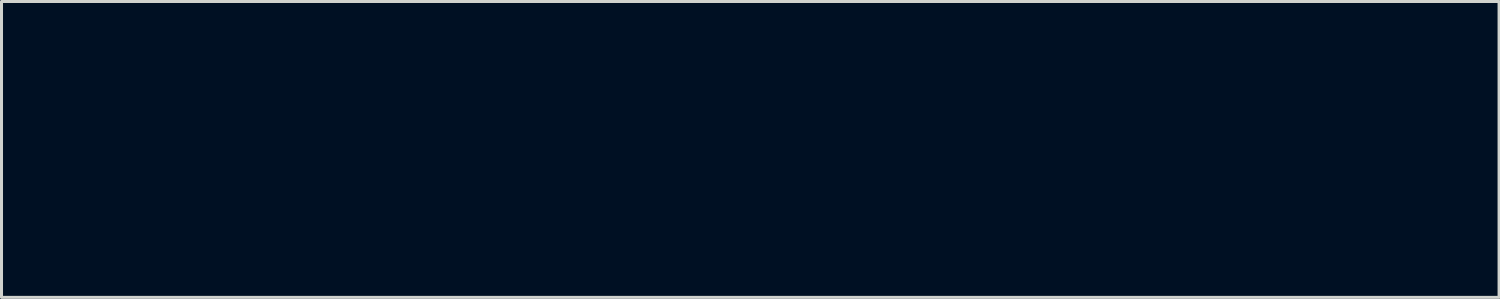
<source format=kicad_pcb>
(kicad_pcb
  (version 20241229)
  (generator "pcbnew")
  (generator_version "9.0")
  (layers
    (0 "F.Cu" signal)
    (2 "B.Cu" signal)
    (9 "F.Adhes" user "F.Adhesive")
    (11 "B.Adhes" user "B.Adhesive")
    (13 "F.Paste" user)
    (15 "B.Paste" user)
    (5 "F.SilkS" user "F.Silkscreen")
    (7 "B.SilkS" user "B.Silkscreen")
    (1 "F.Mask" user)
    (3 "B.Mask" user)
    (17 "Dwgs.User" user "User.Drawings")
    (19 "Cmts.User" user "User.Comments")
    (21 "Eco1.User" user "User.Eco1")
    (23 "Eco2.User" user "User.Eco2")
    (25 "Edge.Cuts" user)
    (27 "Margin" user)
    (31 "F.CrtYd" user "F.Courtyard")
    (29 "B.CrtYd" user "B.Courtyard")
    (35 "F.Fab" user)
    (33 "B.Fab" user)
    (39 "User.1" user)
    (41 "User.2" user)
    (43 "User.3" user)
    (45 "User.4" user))
  (footprint "cc_by_nc_sa_small_front_mask_20mm"
    (layer "F.Cu")
    (at 21.851 1.885)
    (property "Reference" "cc_by_nc_sa_small_front_mask_20mm" (at 0 0 0) (layer "F.Mask") (effects (font (size 1.524 1.524) (thickness 0.3))))
    (attr through_hole)
    (fp_poly (pts (xy 6.429 -0.211) (xy 6.48 -0.1) (xy 6.509 -0.025) (xy 6.591 0.203) (xy 6.204 0.203) (xy 6.282 -0.025) (xy 6.334 -0.159) (xy 6.378 -0.242) (xy 6.393 -0.254) (xy 6.429 -0.211)) (stroke (width 0.01) (type solid)) (fill yes) (layer "F.Mask"))
    (fp_poly (pts (xy 10.16 1.93) (xy -10.16 1.93) (xy -10.16 -1.626) (xy -9.906 -1.626) (xy -9.906 1.676) (xy 9.906 1.676) (xy 9.906 -1.626) (xy -9.906 -1.626) (xy -10.16 -1.626) (xy -10.16 -1.88) (xy 10.16 -1.88) (xy 10.16 1.93)) (stroke (width 0.01) (type solid)) (fill yes) (layer "F.Mask"))
    (fp_poly (pts (xy -2.782 0.162) (xy -2.635 0.185) (xy -2.564 0.232) (xy -2.548 0.276) (xy -2.572 0.386) (xy -2.674 0.469) (xy -2.829 0.507) (xy -2.855 0.508) (xy -2.95 0.497) (xy -2.99 0.445) (xy -2.997 0.327) (xy -2.997 0.147) (xy -2.782 0.162)) (stroke (width 0.01) (type solid)) (fill yes) (layer "F.Mask"))
    (fp_poly (pts (xy -2.823 -0.398) (xy -2.807 -0.397) (xy -2.677 -0.374) (xy -2.623 -0.326) (xy -2.616 -0.279) (xy -2.638 -0.208) (xy -2.721 -0.173) (xy -2.807 -0.162) (xy -2.931 -0.158) (xy -2.985 -0.188) (xy -2.997 -0.268) (xy -2.997 -0.279) (xy -2.988 -0.366) (xy -2.939 -0.399) (xy -2.823 -0.398)) (stroke (width 0.01) (type solid)) (fill yes) (layer "F.Mask"))
    (fp_poly (pts (xy -5.803 -1.368) (xy -5.686 -1.351) (xy -5.601 -1.304) (xy -5.512 -1.214) (xy -5.465 -1.16) (xy -5.263 -0.888) (xy -5.133 -0.616) (xy -5.062 -0.308) (xy -5.039 -0.052) (xy -5.052 0.346) (xy -5.133 0.687) (xy -5.293 0.994) (xy -5.468 1.217) (xy -5.699 1.473) (xy -6.37 1.473) (xy -6.144 1.329) (xy -5.901 1.143) (xy -5.681 0.916) (xy -5.513 0.68) (xy -5.458 0.573) (xy -5.391 0.317) (xy -5.375 0.015) (xy -5.408 -0.289) (xy -5.482 -0.538) (xy -5.622 -0.778) (xy -5.822 -1.014) (xy -6.047 -1.21) (xy -6.172 -1.288) (xy -6.325 -1.368) (xy -5.986 -1.37) (xy -5.803 -1.368)) (stroke (width 0.01) (type solid)) (fill yes) (layer "F.Mask"))
    (fp_poly (pts (xy -7.827 -1.228) (xy -8.14 -0.977) (xy -8.365 -0.677) (xy -8.499 -0.334) (xy -8.541 0.023) (xy -8.492 0.4) (xy -8.352 0.744) (xy -8.127 1.045) (xy -7.825 1.29) (xy -7.696 1.364) (xy -7.493 1.469) (xy -7.845 1.471) (xy -8.032 1.47) (xy -8.153 1.453) (xy -8.245 1.408) (xy -8.342 1.32) (xy -8.408 1.252) (xy -8.61 1.015) (xy -8.746 0.782) (xy -8.825 0.526) (xy -8.86 0.216) (xy -8.864 0.025) (xy -8.861 -0.22) (xy -8.848 -0.394) (xy -8.821 -0.526) (xy -8.773 -0.648) (xy -8.729 -0.737) (xy -8.614 -0.924) (xy -8.478 -1.11) (xy -8.418 -1.181) (xy -8.314 -1.286) (xy -8.224 -1.343) (xy -8.112 -1.367) (xy -7.938 -1.372) (xy -7.921 -1.372) (xy -7.6 -1.372) (xy -7.827 -1.228)) (stroke (width 0.01) (type solid)) (fill yes) (layer "F.Mask"))
    (fp_poly (pts (xy -7.33 -0.489) (xy -7.168 -0.439) (xy -7.052 -0.371) (xy -7.01 -0.301) (xy -7.05 -0.246) (xy -7.116 -0.201) (xy -7.22 -0.173) (xy -7.311 -0.225) (xy -7.442 -0.292) (xy -7.567 -0.272) (xy -7.666 -0.177) (xy -7.718 -0.021) (xy -7.722 0.038) (xy -7.684 0.204) (xy -7.587 0.315) (xy -7.456 0.356) (xy -7.314 0.317) (xy -7.265 0.28) (xy -7.184 0.231) (xy -7.103 0.262) (xy -7.088 0.272) (xy -7.027 0.354) (xy -7.067 0.437) (xy -7.208 0.523) (xy -7.244 0.539) (xy -7.426 0.597) (xy -7.583 0.594) (xy -7.762 0.533) (xy -7.924 0.413) (xy -8.023 0.236) (xy -8.055 0.031) (xy -8.016 -0.178) (xy -7.903 -0.363) (xy -7.887 -0.379) (xy -7.777 -0.464) (xy -7.644 -0.502) (xy -7.51 -0.508) (xy -7.33 -0.489)) (stroke (width 0.01) (type solid)) (fill yes) (layer "F.Mask"))
    (fp_poly (pts (xy -6.181 -0.488) (xy -6.023 -0.436) (xy -5.919 -0.363) (xy -5.893 -0.304) (xy -5.932 -0.247) (xy -5.999 -0.201) (xy -6.103 -0.173) (xy -6.193 -0.225) (xy -6.326 -0.298) (xy -6.448 -0.271) (xy -6.525 -0.192) (xy -6.592 -0.031) (xy -6.593 0.138) (xy -6.528 0.272) (xy -6.524 0.276) (xy -6.399 0.344) (xy -6.258 0.345) (xy -6.148 0.28) (xy -6.069 0.233) (xy -5.989 0.257) (xy -5.907 0.323) (xy -5.915 0.395) (xy -6.017 0.483) (xy -6.058 0.509) (xy -6.265 0.594) (xy -6.477 0.59) (xy -6.638 0.536) (xy -6.788 0.441) (xy -6.874 0.303) (xy -6.907 0.1) (xy -6.909 0.025) (xy -6.895 -0.146) (xy -6.839 -0.27) (xy -6.76 -0.36) (xy -6.644 -0.456) (xy -6.52 -0.499) (xy -6.365 -0.508) (xy -6.181 -0.488)) (stroke (width 0.01) (type solid)) (fill yes) (layer "F.Mask"))
    (fp_poly (pts (xy 9.652 1.473) (xy 2.565 1.473) (xy 1.726 1.473) (xy 0.914 1.473) (xy 0.137 1.472) (xy -0.601 1.471) (xy -1.293 1.469) (xy -1.933 1.468) (xy -2.517 1.466) (xy -3.037 1.464) (xy -3.489 1.462) (xy -3.867 1.459) (xy -4.164 1.457) (xy -4.375 1.454) (xy -4.495 1.452) (xy -4.521 1.45) (xy -4.496 1.397) (xy -4.432 1.287) (xy -4.367 1.183) (xy -4.153 0.761) (xy -4.04 0.333) (xy -4.028 -0.104) (xy -4.117 -0.548) (xy -4.165 -0.66) (xy -3.404 -0.66) (xy -3.404 0.762) (xy -2.996 0.762) (xy -2.755 0.752) (xy -2.547 0.725) (xy -2.415 0.69) (xy -2.243 0.578) (xy -2.15 0.43) (xy -2.143 0.266) (xy -2.226 0.108) (xy -2.248 0.085) (xy -2.323 0.003) (xy -2.327 -0.053) (xy -2.273 -0.115) (xy -2.194 -0.252) (xy -2.213 -0.402) (xy -2.309 -0.536) (xy -2.376 -0.594) (xy -2.449 -0.631) (xy -2.461 -0.633) (xy -2.134 -0.633) (xy -2.106 -0.582) (xy -2.033 -0.469) (xy -1.929 -0.314) (xy -1.88 -0.244) (xy -1.754 -0.06) (xy -1.679 0.075) (xy -1.64 0.191) (xy -1.627 0.321) (xy -1.626 0.406) (xy -1.62 0.569) (xy -1.606 0.688) (xy -1.592 0.728) (xy -1.522 0.751) (xy -1.399 0.762) (xy -1.389 0.762) (xy -1.219 0.762) (xy -1.219 0.469) (xy -1.215 0.325) (xy -1.195 0.21) (xy -1.181 0.178) (xy -0.864 0.178) (xy -0.858 0.246) (xy -0.825 0.284) (xy -0.743 0.301) (xy -0.587 0.305) (xy -0.533 0.305) (xy -0.356 0.303) (xy -0.257 0.29) (xy -0.214 0.258) (xy -0.203 0.199) (xy -0.203 0.178) (xy -0.209 0.11) (xy -0.242 0.072) (xy -0.324 0.055) (xy -0.479 0.051) (xy -0.533 0.051) (xy -0.711 0.053) (xy -0.81 0.066) (xy -0.853 0.097) (xy -0.863 0.157) (xy -0.864 0.178) (xy -1.181 0.178) (xy -1.147 0.095) (xy -1.061 -0.048) (xy -0.937 -0.23) (xy -0.654 -0.635) (xy -0.847 -0.651) (xy -0.976 -0.648) (xy -1.081 -0.603) (xy -1.187 -0.5) (xy -1.314 -0.323) (xy -1.325 -0.307) (xy -1.405 -0.185) (xy -1.568 -0.423) (xy -1.67 -0.56) (xy -1.753 -0.631) (xy -1.849 -0.657) (xy -1.933 -0.66) (xy 0.102 -0.66) (xy 0.102 0.762) (xy 0.454 0.762) (xy 0.483 -0.218) (xy 1.023 0.762) (xy 1.473 0.762) (xy 5.589 0.762) (xy 5.793 0.762) (xy 5.933 0.751) (xy 6.008 0.706) (xy 6.045 0.635) (xy 6.081 0.564) (xy 6.14 0.526) (xy 6.249 0.511) (xy 6.401 0.508) (xy 6.574 0.512) (xy 6.673 0.53) (xy 6.726 0.572) (xy 6.756 0.635) (xy 6.813 0.725) (xy 6.912 0.759) (xy 6.984 0.762) (xy 7.102 0.75) (xy 7.161 0.72) (xy 7.163 0.713) (xy 7.145 0.651) (xy 7.096 0.512) (xy 7.023 0.317) (xy 6.932 0.082) (xy 6.9 0.002) (xy 6.637 -0.66) (xy 6.157 -0.66) (xy 5.969 -0.191) (xy 5.875 0.044) (xy 5.784 0.272) (xy 5.709 0.459) (xy 5.685 0.521) (xy 5.589 0.762) (xy 1.473 0.762) (xy 1.473 0.019) (xy 1.77 0.019) (xy 1.812 0.291) (xy 1.933 0.512) (xy 2.125 0.668) (xy 2.135 0.673) (xy 2.304 0.728) (xy 2.516 0.757) (xy 2.729 0.758) (xy 2.902 0.729) (xy 2.95 0.709) (xy 3.03 0.616) (xy 3.048 0.528) (xy 3.036 0.438) (xy 2.98 0.426) (xy 2.934 0.441) (xy 2.81 0.467) (xy 2.645 0.481) (xy 2.598 0.481) (xy 2.393 0.445) (xy 2.259 0.337) (xy 2.201 0.178) (xy 3.353 0.178) (xy 3.359 0.248) (xy 3.395 0.286) (xy 3.482 0.302) (xy 3.647 0.305) (xy 3.658 0.305) (xy 3.827 0.302) (xy 3.918 0.287) (xy 3.955 0.251) (xy 3.962 0.182) (xy 3.962 0.178) (xy 3.956 0.107) (xy 3.921 0.069) (xy 3.833 0.054) (xy 3.668 0.051) (xy 3.658 0.051) (xy 3.489 0.053) (xy 3.397 0.068) (xy 3.36 0.105) (xy 3.353 0.173) (xy 3.353 0.178) (xy 2.201 0.178) (xy 2.193 0.154) (xy 2.184 0.029) (xy 2.217 -0.186) (xy 2.25 -0.231) (xy 4.249 -0.231) (xy 4.298 -0.055) (xy 4.377 0.036) (xy 4.462 0.08) (xy 4.609 0.132) (xy 4.725 0.164) (xy 4.91 0.225) (xy 5.005 0.291) (xy 5.021 0.327) (xy 5.002 0.431) (xy 4.905 0.49) (xy 4.745 0.501) (xy 4.537 0.461) (xy 4.458 0.436) (xy 4.267 0.368) (xy 4.267 0.536) (xy 4.275 0.629) (xy 4.309 0.69) (xy 4.388 0.726) (xy 4.53 0.745) (xy 4.754 0.754) (xy 4.79 0.755) (xy 5.002 0.745) (xy 5.177 0.709) (xy 5.229 0.688) (xy 5.358 0.594) (xy 5.421 0.465) (xy 5.436 0.301) (xy 5.398 0.14) (xy 5.281 0.013) (xy 5.078 -0.084) (xy 4.782 -0.156) (xy 4.75 -0.162) (xy 4.659 -0.223) (xy 4.631 -0.3) (xy 4.626 -0.362) (xy 4.648 -0.396) (xy 4.718 -0.408) (xy 4.857 -0.403) (xy 4.974 -0.395) (xy 5.334 -0.369) (xy 5.334 -0.511) (xy 5.327 -0.593) (xy 5.289 -0.64) (xy 5.196 -0.668) (xy 5.049 -0.689) (xy 4.74 -0.699) (xy 4.504 -0.644) (xy 4.344 -0.524) (xy 4.289 -0.431) (xy 4.249 -0.231) (xy 2.25 -0.231) (xy 2.319 -0.326) (xy 2.493 -0.397) (xy 2.622 -0.406) (xy 2.785 -0.395) (xy 2.919 -0.366) (xy 2.95 -0.354) (xy 3.019 -0.329) (xy 3.045 -0.373) (xy 3.048 -0.451) (xy 3.032 -0.558) (xy 2.967 -0.622) (xy 2.864 -0.662) (xy 2.588 -0.71) (xy 2.327 -0.676) (xy 2.098 -0.572) (xy 1.917 -0.408) (xy 1.803 -0.194) (xy 1.77 0.019) (xy 1.473 0.019) (xy 1.473 -0.66) (xy 1.067 -0.66) (xy 1.066 -0.216) (xy 1.064 0.229) (xy 0.807 -0.216) (xy 0.551 -0.66) (xy 0.326 -0.66) (xy 0.102 -0.66) (xy -1.933 -0.66) (xy -2.059 -0.654) (xy -2.129 -0.639) (xy -2.134 -0.633) (xy -2.461 -0.633) (xy -2.555 -0.651) (xy -2.717 -0.659) (xy -2.919 -0.66) (xy -3.404 -0.66) (xy -4.165 -0.66) (xy -4.308 -1) (xy -4.417 -1.19) (xy -4.529 -1.372) (xy 9.652 -1.372) (xy 9.652 1.473)) (stroke (width 0.01) (type solid)) (fill yes) (layer "F.Mask"))
    (fp_poly (pts (xy 6.429 -0.211) (xy 6.48 -0.1) (xy 6.509 -0.025) (xy 6.591 0.203) (xy 6.204 0.203) (xy 6.282 -0.025) (xy 6.334 -0.159) (xy 6.378 -0.242) (xy 6.393 -0.254) (xy 6.429 -0.211)) (stroke (width 0.01) (type solid)) (fill yes) (layer "F.Paste"))
    (fp_poly (pts (xy 10.16 1.93) (xy -10.16 1.93) (xy -10.16 -1.626) (xy -9.906 -1.626) (xy -9.906 1.676) (xy 9.906 1.676) (xy 9.906 -1.626) (xy -9.906 -1.626) (xy -10.16 -1.626) (xy -10.16 -1.88) (xy 10.16 -1.88) (xy 10.16 1.93)) (stroke (width 0.01) (type solid)) (fill yes) (layer "F.Paste"))
    (fp_poly (pts (xy -2.782 0.162) (xy -2.635 0.185) (xy -2.564 0.232) (xy -2.548 0.276) (xy -2.572 0.386) (xy -2.674 0.469) (xy -2.829 0.507) (xy -2.855 0.508) (xy -2.95 0.497) (xy -2.99 0.445) (xy -2.997 0.327) (xy -2.997 0.147) (xy -2.782 0.162)) (stroke (width 0.01) (type solid)) (fill yes) (layer "F.Paste"))
    (fp_poly (pts (xy -2.823 -0.398) (xy -2.807 -0.397) (xy -2.677 -0.374) (xy -2.623 -0.326) (xy -2.616 -0.279) (xy -2.638 -0.208) (xy -2.721 -0.173) (xy -2.807 -0.162) (xy -2.931 -0.158) (xy -2.985 -0.188) (xy -2.997 -0.268) (xy -2.997 -0.279) (xy -2.988 -0.366) (xy -2.939 -0.399) (xy -2.823 -0.398)) (stroke (width 0.01) (type solid)) (fill yes) (layer "F.Paste"))
    (fp_poly (pts (xy -5.803 -1.368) (xy -5.686 -1.351) (xy -5.601 -1.304) (xy -5.512 -1.214) (xy -5.465 -1.16) (xy -5.263 -0.888) (xy -5.133 -0.616) (xy -5.062 -0.308) (xy -5.039 -0.052) (xy -5.052 0.346) (xy -5.133 0.687) (xy -5.293 0.994) (xy -5.468 1.217) (xy -5.699 1.473) (xy -6.37 1.473) (xy -6.144 1.329) (xy -5.901 1.143) (xy -5.681 0.916) (xy -5.513 0.68) (xy -5.458 0.573) (xy -5.391 0.317) (xy -5.375 0.015) (xy -5.408 -0.289) (xy -5.482 -0.538) (xy -5.622 -0.778) (xy -5.822 -1.014) (xy -6.047 -1.21) (xy -6.172 -1.288) (xy -6.325 -1.368) (xy -5.986 -1.37) (xy -5.803 -1.368)) (stroke (width 0.01) (type solid)) (fill yes) (layer "F.Paste"))
    (fp_poly (pts (xy -7.827 -1.228) (xy -8.14 -0.977) (xy -8.365 -0.677) (xy -8.499 -0.334) (xy -8.541 0.023) (xy -8.492 0.4) (xy -8.352 0.744) (xy -8.127 1.045) (xy -7.825 1.29) (xy -7.696 1.364) (xy -7.493 1.469) (xy -7.845 1.471) (xy -8.032 1.47) (xy -8.153 1.453) (xy -8.245 1.408) (xy -8.342 1.32) (xy -8.408 1.252) (xy -8.61 1.015) (xy -8.746 0.782) (xy -8.825 0.526) (xy -8.86 0.216) (xy -8.864 0.025) (xy -8.861 -0.22) (xy -8.848 -0.394) (xy -8.821 -0.526) (xy -8.773 -0.648) (xy -8.729 -0.737) (xy -8.614 -0.924) (xy -8.478 -1.11) (xy -8.418 -1.181) (xy -8.314 -1.286) (xy -8.224 -1.343) (xy -8.112 -1.367) (xy -7.938 -1.372) (xy -7.921 -1.372) (xy -7.6 -1.372) (xy -7.827 -1.228)) (stroke (width 0.01) (type solid)) (fill yes) (layer "F.Paste"))
    (fp_poly (pts (xy -7.33 -0.489) (xy -7.168 -0.439) (xy -7.052 -0.371) (xy -7.01 -0.301) (xy -7.05 -0.246) (xy -7.116 -0.201) (xy -7.22 -0.173) (xy -7.311 -0.225) (xy -7.442 -0.292) (xy -7.567 -0.272) (xy -7.666 -0.177) (xy -7.718 -0.021) (xy -7.722 0.038) (xy -7.684 0.204) (xy -7.587 0.315) (xy -7.456 0.356) (xy -7.314 0.317) (xy -7.265 0.28) (xy -7.184 0.231) (xy -7.103 0.262) (xy -7.088 0.272) (xy -7.027 0.354) (xy -7.067 0.437) (xy -7.208 0.523) (xy -7.244 0.539) (xy -7.426 0.597) (xy -7.583 0.594) (xy -7.762 0.533) (xy -7.924 0.413) (xy -8.023 0.236) (xy -8.055 0.031) (xy -8.016 -0.178) (xy -7.903 -0.363) (xy -7.887 -0.379) (xy -7.777 -0.464) (xy -7.644 -0.502) (xy -7.51 -0.508) (xy -7.33 -0.489)) (stroke (width 0.01) (type solid)) (fill yes) (layer "F.Paste"))
    (fp_poly (pts (xy -6.181 -0.488) (xy -6.023 -0.436) (xy -5.919 -0.363) (xy -5.893 -0.304) (xy -5.932 -0.247) (xy -5.999 -0.201) (xy -6.103 -0.173) (xy -6.193 -0.225) (xy -6.326 -0.298) (xy -6.448 -0.271) (xy -6.525 -0.192) (xy -6.592 -0.031) (xy -6.593 0.138) (xy -6.528 0.272) (xy -6.524 0.276) (xy -6.399 0.344) (xy -6.258 0.345) (xy -6.148 0.28) (xy -6.069 0.233) (xy -5.989 0.257) (xy -5.907 0.323) (xy -5.915 0.395) (xy -6.017 0.483) (xy -6.058 0.509) (xy -6.265 0.594) (xy -6.477 0.59) (xy -6.638 0.536) (xy -6.788 0.441) (xy -6.874 0.303) (xy -6.907 0.1) (xy -6.909 0.025) (xy -6.895 -0.146) (xy -6.839 -0.27) (xy -6.76 -0.36) (xy -6.644 -0.456) (xy -6.52 -0.499) (xy -6.365 -0.508) (xy -6.181 -0.488)) (stroke (width 0.01) (type solid)) (fill yes) (layer "F.Paste"))
    (fp_poly (pts (xy 9.652 1.473) (xy 2.565 1.473) (xy 1.726 1.473) (xy 0.914 1.473) (xy 0.137 1.472) (xy -0.601 1.471) (xy -1.293 1.469) (xy -1.933 1.468) (xy -2.517 1.466) (xy -3.037 1.464) (xy -3.489 1.462) (xy -3.867 1.459) (xy -4.164 1.457) (xy -4.375 1.454) (xy -4.495 1.452) (xy -4.521 1.45) (xy -4.496 1.397) (xy -4.432 1.287) (xy -4.367 1.183) (xy -4.153 0.761) (xy -4.04 0.333) (xy -4.028 -0.104) (xy -4.117 -0.548) (xy -4.165 -0.66) (xy -3.404 -0.66) (xy -3.404 0.762) (xy -2.996 0.762) (xy -2.755 0.752) (xy -2.547 0.725) (xy -2.415 0.69) (xy -2.243 0.578) (xy -2.15 0.43) (xy -2.143 0.266) (xy -2.226 0.108) (xy -2.248 0.085) (xy -2.323 0.003) (xy -2.327 -0.053) (xy -2.273 -0.115) (xy -2.194 -0.252) (xy -2.213 -0.402) (xy -2.309 -0.536) (xy -2.376 -0.594) (xy -2.449 -0.631) (xy -2.461 -0.633) (xy -2.134 -0.633) (xy -2.106 -0.582) (xy -2.033 -0.469) (xy -1.929 -0.314) (xy -1.88 -0.244) (xy -1.754 -0.06) (xy -1.679 0.075) (xy -1.64 0.191) (xy -1.627 0.321) (xy -1.626 0.406) (xy -1.62 0.569) (xy -1.606 0.688) (xy -1.592 0.728) (xy -1.522 0.751) (xy -1.399 0.762) (xy -1.389 0.762) (xy -1.219 0.762) (xy -1.219 0.469) (xy -1.215 0.325) (xy -1.195 0.21) (xy -1.181 0.178) (xy -0.864 0.178) (xy -0.858 0.246) (xy -0.825 0.284) (xy -0.743 0.301) (xy -0.587 0.305) (xy -0.533 0.305) (xy -0.356 0.303) (xy -0.257 0.29) (xy -0.214 0.258) (xy -0.203 0.199) (xy -0.203 0.178) (xy -0.209 0.11) (xy -0.242 0.072) (xy -0.324 0.055) (xy -0.479 0.051) (xy -0.533 0.051) (xy -0.711 0.053) (xy -0.81 0.066) (xy -0.853 0.097) (xy -0.863 0.157) (xy -0.864 0.178) (xy -1.181 0.178) (xy -1.147 0.095) (xy -1.061 -0.048) (xy -0.937 -0.23) (xy -0.654 -0.635) (xy -0.847 -0.651) (xy -0.976 -0.648) (xy -1.081 -0.603) (xy -1.187 -0.5) (xy -1.314 -0.323) (xy -1.325 -0.307) (xy -1.405 -0.185) (xy -1.568 -0.423) (xy -1.67 -0.56) (xy -1.753 -0.631) (xy -1.849 -0.657) (xy -1.933 -0.66) (xy 0.102 -0.66) (xy 0.102 0.762) (xy 0.454 0.762) (xy 0.483 -0.218) (xy 1.023 0.762) (xy 1.473 0.762) (xy 5.589 0.762) (xy 5.793 0.762) (xy 5.933 0.751) (xy 6.008 0.706) (xy 6.045 0.635) (xy 6.081 0.564) (xy 6.14 0.526) (xy 6.249 0.511) (xy 6.401 0.508) (xy 6.574 0.512) (xy 6.673 0.53) (xy 6.726 0.572) (xy 6.756 0.635) (xy 6.813 0.725) (xy 6.912 0.759) (xy 6.984 0.762) (xy 7.102 0.75) (xy 7.161 0.72) (xy 7.163 0.713) (xy 7.145 0.651) (xy 7.096 0.512) (xy 7.023 0.317) (xy 6.932 0.082) (xy 6.9 0.002) (xy 6.637 -0.66) (xy 6.157 -0.66) (xy 5.969 -0.191) (xy 5.875 0.044) (xy 5.784 0.272) (xy 5.709 0.459) (xy 5.685 0.521) (xy 5.589 0.762) (xy 1.473 0.762) (xy 1.473 0.019) (xy 1.77 0.019) (xy 1.812 0.291) (xy 1.933 0.512) (xy 2.125 0.668) (xy 2.135 0.673) (xy 2.304 0.728) (xy 2.516 0.757) (xy 2.729 0.758) (xy 2.902 0.729) (xy 2.95 0.709) (xy 3.03 0.616) (xy 3.048 0.528) (xy 3.036 0.438) (xy 2.98 0.426) (xy 2.934 0.441) (xy 2.81 0.467) (xy 2.645 0.481) (xy 2.598 0.481) (xy 2.393 0.445) (xy 2.259 0.337) (xy 2.201 0.178) (xy 3.353 0.178) (xy 3.359 0.248) (xy 3.395 0.286) (xy 3.482 0.302) (xy 3.647 0.305) (xy 3.658 0.305) (xy 3.827 0.302) (xy 3.918 0.287) (xy 3.955 0.251) (xy 3.962 0.182) (xy 3.962 0.178) (xy 3.956 0.107) (xy 3.921 0.069) (xy 3.833 0.054) (xy 3.668 0.051) (xy 3.658 0.051) (xy 3.489 0.053) (xy 3.397 0.068) (xy 3.36 0.105) (xy 3.353 0.173) (xy 3.353 0.178) (xy 2.201 0.178) (xy 2.193 0.154) (xy 2.184 0.029) (xy 2.217 -0.186) (xy 2.25 -0.231) (xy 4.249 -0.231) (xy 4.298 -0.055) (xy 4.377 0.036) (xy 4.462 0.08) (xy 4.609 0.132) (xy 4.725 0.164) (xy 4.91 0.225) (xy 5.005 0.291) (xy 5.021 0.327) (xy 5.002 0.431) (xy 4.905 0.49) (xy 4.745 0.501) (xy 4.537 0.461) (xy 4.458 0.436) (xy 4.267 0.368) (xy 4.267 0.536) (xy 4.275 0.629) (xy 4.309 0.69) (xy 4.388 0.726) (xy 4.53 0.745) (xy 4.754 0.754) (xy 4.79 0.755) (xy 5.002 0.745) (xy 5.177 0.709) (xy 5.229 0.688) (xy 5.358 0.594) (xy 5.421 0.465) (xy 5.436 0.301) (xy 5.398 0.14) (xy 5.281 0.013) (xy 5.078 -0.084) (xy 4.782 -0.156) (xy 4.75 -0.162) (xy 4.659 -0.223) (xy 4.631 -0.3) (xy 4.626 -0.362) (xy 4.648 -0.396) (xy 4.718 -0.408) (xy 4.857 -0.403) (xy 4.974 -0.395) (xy 5.334 -0.369) (xy 5.334 -0.511) (xy 5.327 -0.593) (xy 5.289 -0.64) (xy 5.196 -0.668) (xy 5.049 -0.689) (xy 4.74 -0.699) (xy 4.504 -0.644) (xy 4.344 -0.524) (xy 4.289 -0.431) (xy 4.249 -0.231) (xy 2.25 -0.231) (xy 2.319 -0.326) (xy 2.493 -0.397) (xy 2.622 -0.406) (xy 2.785 -0.395) (xy 2.919 -0.366) (xy 2.95 -0.354) (xy 3.019 -0.329) (xy 3.045 -0.373) (xy 3.048 -0.451) (xy 3.032 -0.558) (xy 2.967 -0.622) (xy 2.864 -0.662) (xy 2.588 -0.71) (xy 2.327 -0.676) (xy 2.098 -0.572) (xy 1.917 -0.408) (xy 1.803 -0.194) (xy 1.77 0.019) (xy 1.473 0.019) (xy 1.473 -0.66) (xy 1.067 -0.66) (xy 1.066 -0.216) (xy 1.064 0.229) (xy 0.807 -0.216) (xy 0.551 -0.66) (xy 0.326 -0.66) (xy 0.102 -0.66) (xy -1.933 -0.66) (xy -2.059 -0.654) (xy -2.129 -0.639) (xy -2.134 -0.633) (xy -2.461 -0.633) (xy -2.555 -0.651) (xy -2.717 -0.659) (xy -2.919 -0.66) (xy -3.404 -0.66) (xy -4.165 -0.66) (xy -4.308 -1) (xy -4.417 -1.19) (xy -4.529 -1.372) (xy 9.652 -1.372) (xy 9.652 1.473)) (stroke (width 0.01) (type solid)) (fill yes) (layer "F.Paste")))
  (gr_rect
    (start -3 -3)
    (end 46.703 6.82)
    (stroke (width 0.1) (type default))
    (fill no)
    (layer "Edge.Cuts")))
</source>
